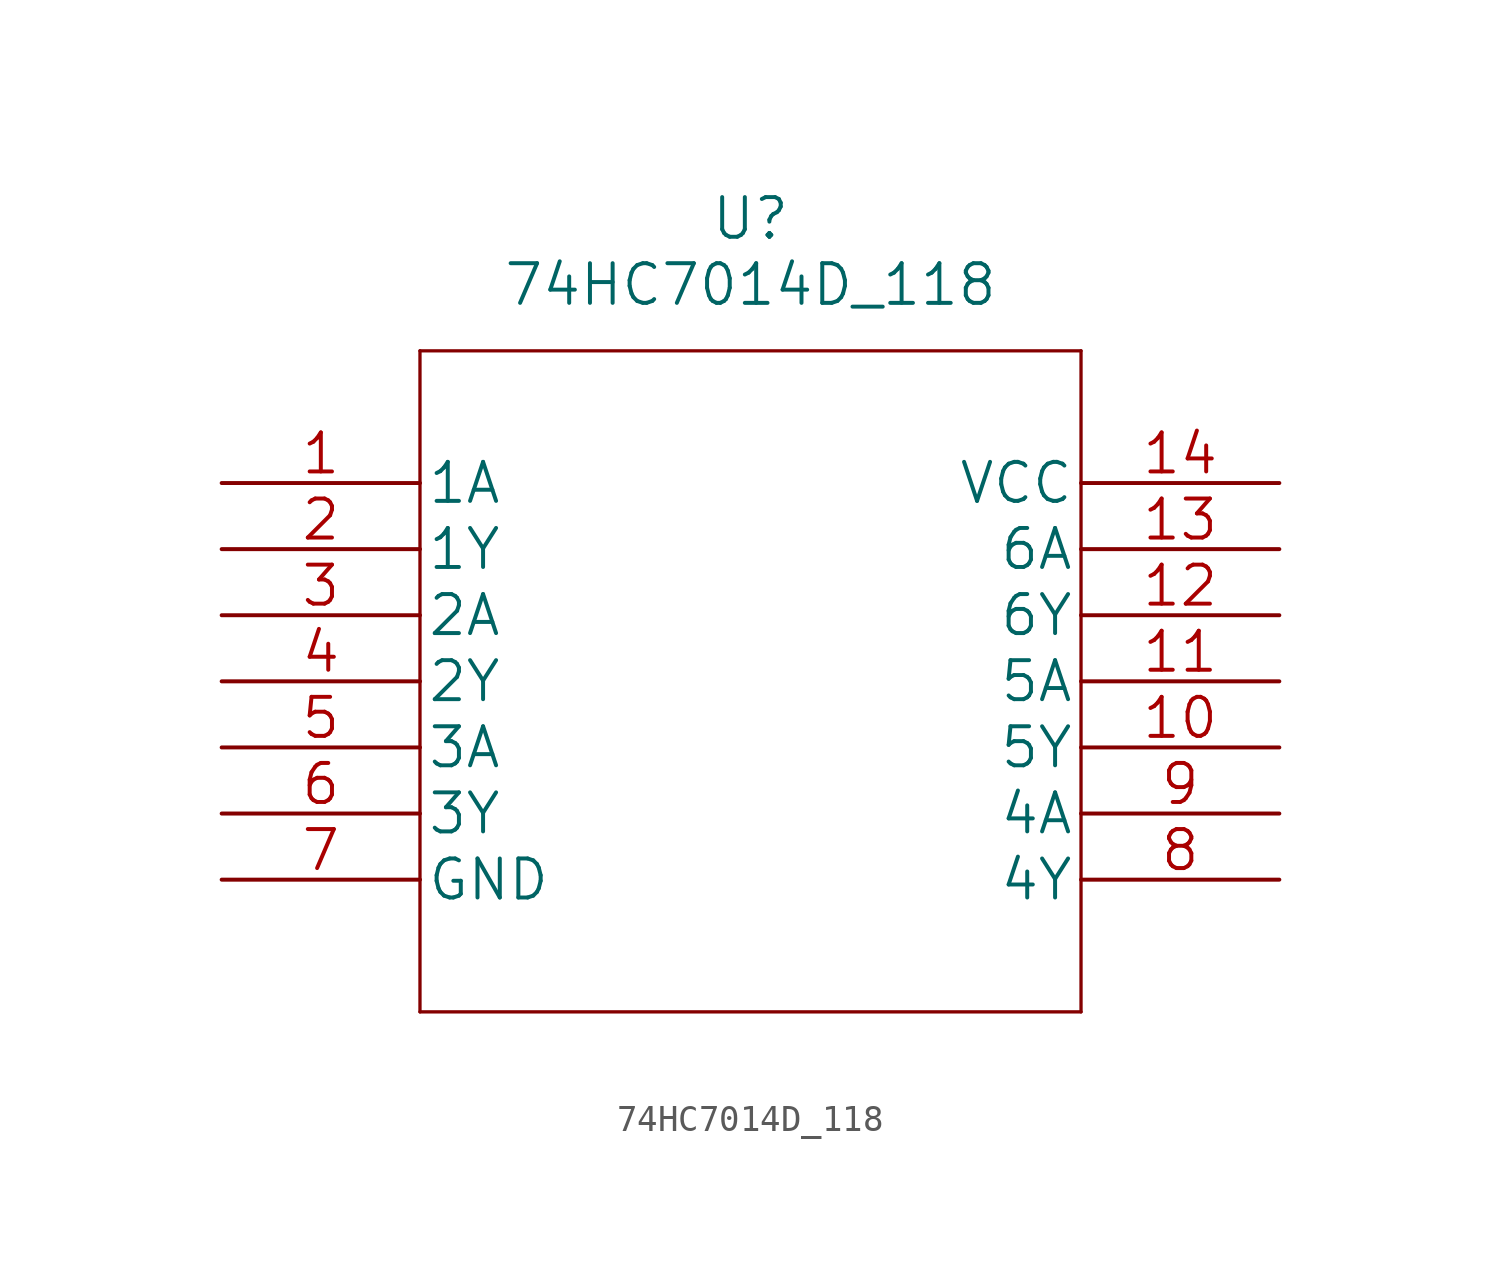
<source format=kicad_sym>
(kicad_symbol_lib
  (version 20211014)
  (generator kicad_symbol_editor)
  (symbol "74HC7014D_118"
    (pin_names
      (offset 0.254))
    (property "Reference" "U"
      (at 20.32 10.16 0)
      (effects (font (size 1.524 1.524))))
    (property "Value" "74HC7014D_118"
      (at 20.32 7.62 0)
      (effects (font (size 1.524 1.524))))
    (property "Datasheet" ""
      (at 0 0 0)
      (effects (font (size 1.524 1.524))))
    (property "ki_locked" ""
      (at 0 0 0)
      (effects (font (size 1.27 1.27))))
    (symbol "74HC7014D_118_1_1"
      (polyline (pts (xy 7.62 -20.32) (xy 33.02 -20.32)) (stroke (width 0.127) (type default) (color 0 0 0 0)) (fill (type none)))
      (polyline (pts (xy 7.62 5.08) (xy 7.62 -20.32)) (stroke (width 0.127) (type default) (color 0 0 0 0)) (fill (type none)))
      (polyline (pts (xy 33.02 -20.32) (xy 33.02 5.08)) (stroke (width 0.127) (type default) (color 0 0 0 0)) (fill (type none)))
      (polyline (pts (xy 33.02 5.08) (xy 7.62 5.08)) (stroke (width 0.127) (type default) (color 0 0 0 0)) (fill (type none)))
      (pin input line (at 0 0 0) (length 7.62) (name "1A" (effects (font (size 1.499 1.499)))) (number "1" (effects (font (size 1.499 1.499)))))
      (pin output line (at 40.64 -10.16 180) (length 7.62) (name "5Y" (effects (font (size 1.499 1.499)))) (number "10" (effects (font (size 1.499 1.499)))))
      (pin input line (at 40.64 -7.62 180) (length 7.62) (name "5A" (effects (font (size 1.499 1.499)))) (number "11" (effects (font (size 1.499 1.499)))))
      (pin output line (at 40.64 -5.08 180) (length 7.62) (name "6Y" (effects (font (size 1.499 1.499)))) (number "12" (effects (font (size 1.499 1.499)))))
      (pin input line (at 40.64 -2.54 180) (length 7.62) (name "6A" (effects (font (size 1.499 1.499)))) (number "13" (effects (font (size 1.499 1.499)))))
      (pin power_in line (at 40.64 0 180) (length 7.62) (name "VCC" (effects (font (size 1.499 1.499)))) (number "14" (effects (font (size 1.499 1.499)))))
      (pin output line (at 0 -2.54 0) (length 7.62) (name "1Y" (effects (font (size 1.499 1.499)))) (number "2" (effects (font (size 1.499 1.499)))))
      (pin input line (at 0 -5.08 0) (length 7.62) (name "2A" (effects (font (size 1.499 1.499)))) (number "3" (effects (font (size 1.499 1.499)))))
      (pin output line (at 0 -7.62 0) (length 7.62) (name "2Y" (effects (font (size 1.499 1.499)))) (number "4" (effects (font (size 1.499 1.499)))))
      (pin input line (at 0 -10.16 0) (length 7.62) (name "3A" (effects (font (size 1.499 1.499)))) (number "5" (effects (font (size 1.499 1.499)))))
      (pin output line (at 0 -12.7 0) (length 7.62) (name "3Y" (effects (font (size 1.499 1.499)))) (number "6" (effects (font (size 1.499 1.499)))))
      (pin power_in line (at 0 -15.24 0) (length 7.62) (name "GND" (effects (font (size 1.499 1.499)))) (number "7" (effects (font (size 1.499 1.499)))))
      (pin output line (at 40.64 -15.24 180) (length 7.62) (name "4Y" (effects (font (size 1.499 1.499)))) (number "8" (effects (font (size 1.499 1.499)))))
      (pin input line (at 40.64 -12.7 180) (length 7.62) (name "4A" (effects (font (size 1.499 1.499)))) (number "9" (effects (font (size 1.499 1.499))))))))
</source>
